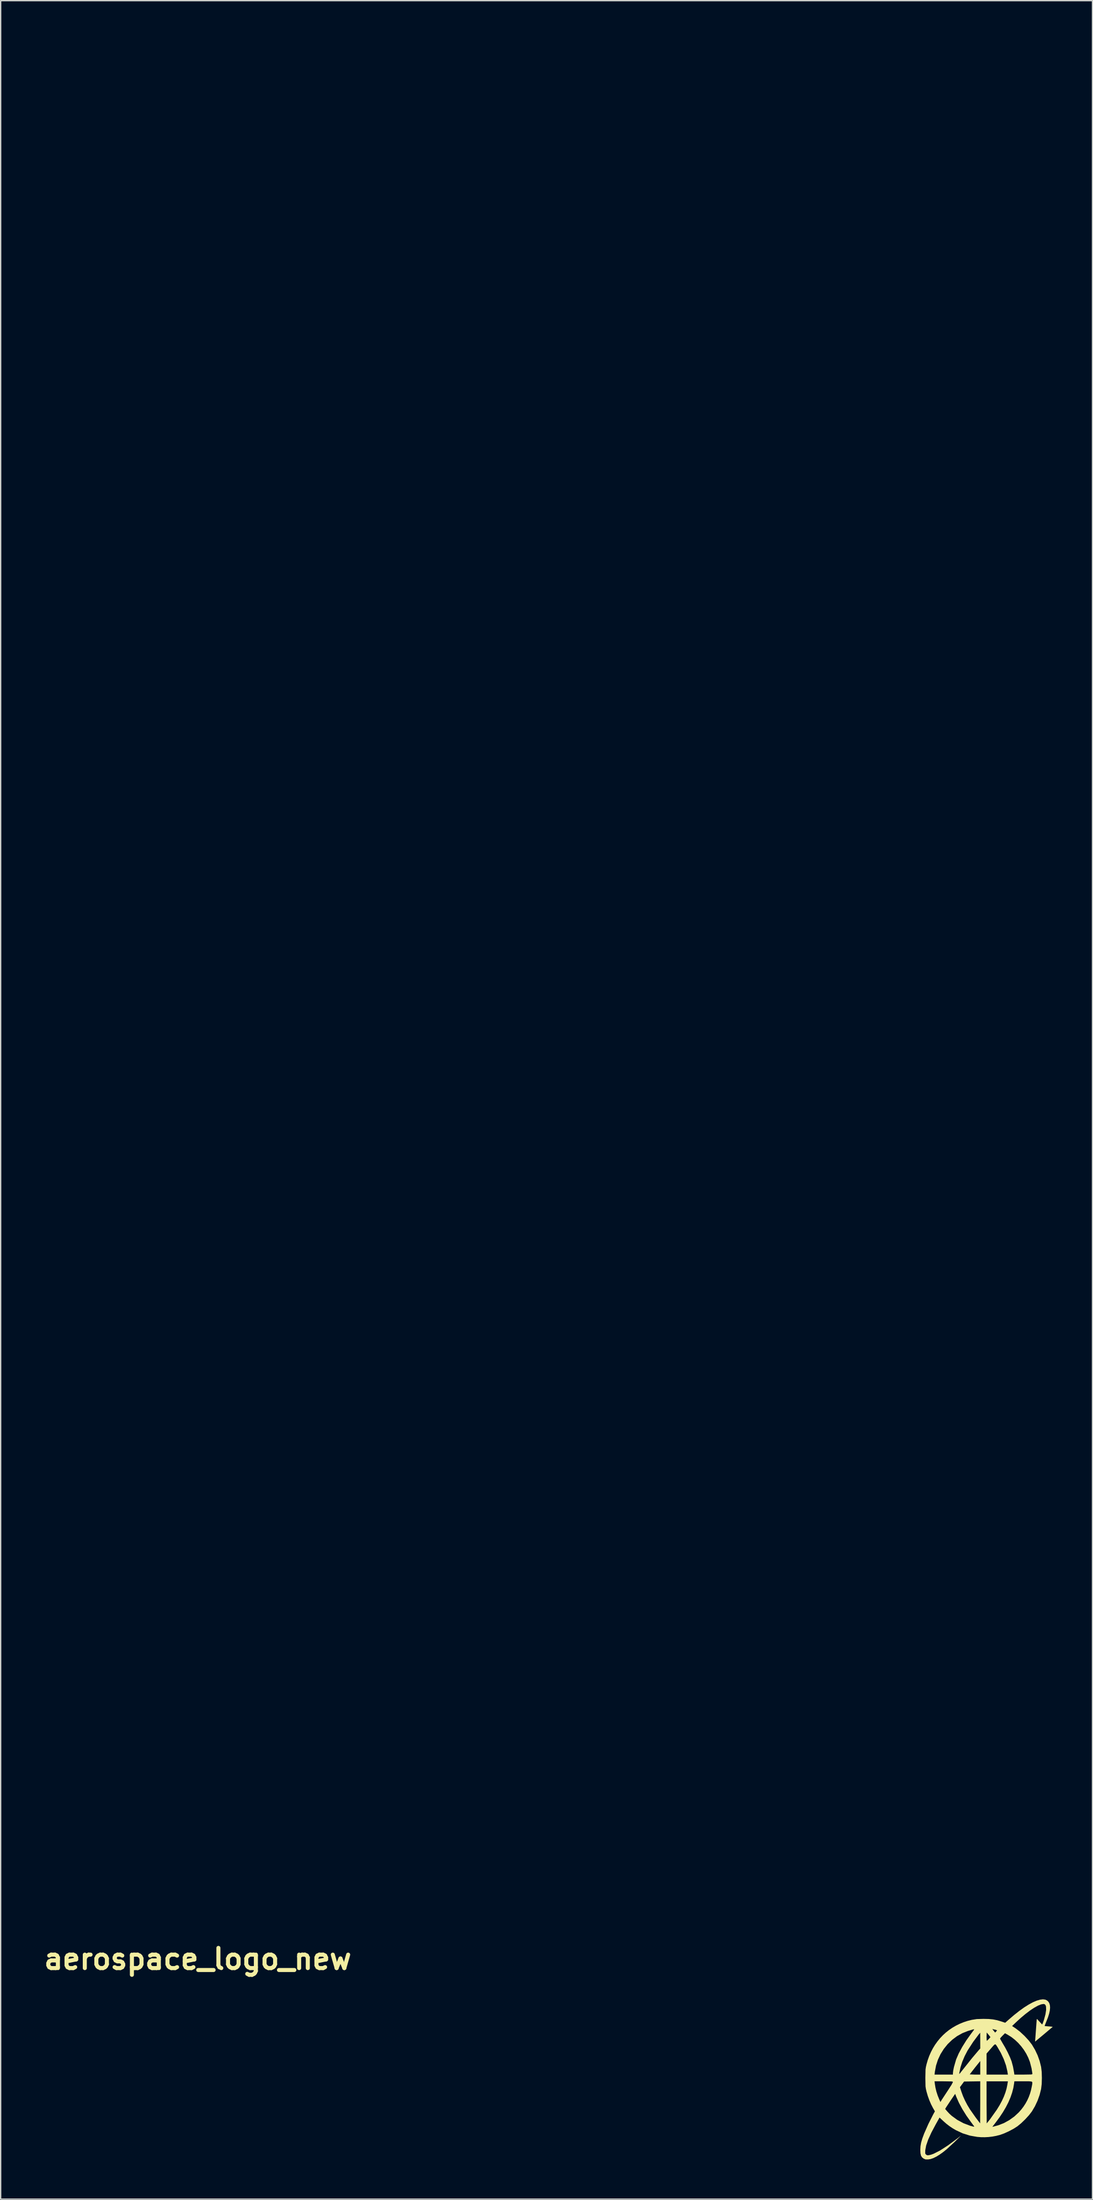
<source format=kicad_pcb>
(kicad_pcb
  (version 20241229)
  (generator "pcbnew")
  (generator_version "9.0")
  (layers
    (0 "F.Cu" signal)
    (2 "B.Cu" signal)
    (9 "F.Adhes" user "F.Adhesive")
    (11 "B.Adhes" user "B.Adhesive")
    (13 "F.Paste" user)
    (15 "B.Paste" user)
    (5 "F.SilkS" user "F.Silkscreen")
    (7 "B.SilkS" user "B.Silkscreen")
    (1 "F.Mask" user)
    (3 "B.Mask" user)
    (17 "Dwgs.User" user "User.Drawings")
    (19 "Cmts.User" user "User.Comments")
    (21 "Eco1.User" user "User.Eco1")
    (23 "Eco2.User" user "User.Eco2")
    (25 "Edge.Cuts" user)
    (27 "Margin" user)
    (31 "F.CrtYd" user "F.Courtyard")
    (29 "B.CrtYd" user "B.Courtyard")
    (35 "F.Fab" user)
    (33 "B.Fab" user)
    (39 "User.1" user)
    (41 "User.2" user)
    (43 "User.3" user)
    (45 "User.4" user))
  (footprint "aerospace_logo_new"
    (layer "F.Cu")
    (at 11.88 0.25)
    (property "Reference" "aerospace_logo_new" (at 0 144.593 0) (layer "F.SilkS") (effects (font (size 1.524 1.524) (thickness 0.305))))
    (attr exclude_from_pos_files exclude_from_bom)
    (fp_poly (pts (xy 63.813 147.641) (xy 63.591 147.668) (xy 63.334 147.744) (xy 63.047 147.868) (xy 62.73 148.041) (xy 62.387 148.259) (xy 62.02 148.523) (xy 61.631 148.831) (xy 61.222 149.181) (xy 60.965 149.41) (xy 60.693 149.319) (xy 60.364 149.22) (xy 60.054 149.158) (xy 59.72 149.125) (xy 59.32 149.116) (xy 58.82 149.131) (xy 58.448 149.189) (xy 58.132 149.268) (xy 57.828 149.368) (xy 57.535 149.487) (xy 57.254 149.625) (xy 56.985 149.781) (xy 56.729 149.955) (xy 56.487 150.146) (xy 56.26 150.354) (xy 56.047 150.578) (xy 55.85 150.818) (xy 55.668 151.072) (xy 55.504 151.34) (xy 55.357 151.623) (xy 55.228 151.918) (xy 55.117 152.225) (xy 55.025 152.545) (xy 54.977 152.754) (xy 54.95 152.943) (xy 54.937 153.576) (xy 54.949 154.21) (xy 54.976 154.399) (xy 55.025 154.608) (xy 55.12 154.935) (xy 55.238 155.262) (xy 55.371 155.571) (xy 55.513 155.845) (xy 55.658 156.096) (xy 55.525 156.337) (xy 55.164 157.052) (xy 54.846 157.773) (xy 54.706 158.151) (xy 54.617 158.458) (xy 54.57 158.731) (xy 54.556 159.008) (xy 54.567 159.262) (xy 54.608 159.443) (xy 54.687 159.572) (xy 54.812 159.669) (xy 54.953 159.726) (xy 55.153 159.728) (xy 55.336 159.698) (xy 55.54 159.627) (xy 55.763 159.518) (xy 56.005 159.37) (xy 56.266 159.185) (xy 56.543 158.963) (xy 57.144 158.41) (xy 57.636 157.923) (xy 57.334 158.158) (xy 56.646 158.667) (xy 56.056 159.048) (xy 55.57 159.296) (xy 55.369 159.37) (xy 55.196 159.409) (xy 55.068 159.412) (xy 54.983 159.357) (xy 54.945 159.312) (xy 54.926 159.259) (xy 54.929 159.044) (xy 54.995 158.682) (xy 55.149 158.236) (xy 55.39 157.703) (xy 55.721 157.08) (xy 56.009 156.566) (xy 56.075 156.627) (xy 56.075 155.392) (xy 55.988 155.2) (xy 55.869 154.907) (xy 55.773 154.614) (xy 55.702 154.322) (xy 55.655 154.032) (xy 55.63 153.831) (xy 55.63 153.83) (xy 56.324 153.83) (xy 56.921 153.839) (xy 57.003 153.858) (xy 57.017 153.893) (xy 57.017 153.322) (xy 56.323 153.322) (xy 55.63 153.322) (xy 55.656 153.105) (xy 55.742 152.645) (xy 55.886 152.201) (xy 56.084 151.778) (xy 56.332 151.383) (xy 56.624 151.021) (xy 56.958 150.699) (xy 57.328 150.422) (xy 57.731 150.196) (xy 58.144 150.032) (xy 58.552 149.909) (xy 58.611 149.9) (xy 58.611 149.899) (xy 58.619 149.916) (xy 58.589 149.969) (xy 58.386 150.241) (xy 58.03 150.739) (xy 57.715 151.245) (xy 57.453 151.733) (xy 57.26 152.18) (xy 57.096 152.749) (xy 57.039 153.027) (xy 57.017 153.224) (xy 57.017 153.322) (xy 57.017 153.893) (xy 57.017 153.893) (xy 56.911 154.094) (xy 56.658 154.489) (xy 56.187 155.207) (xy 56.075 155.392) (xy 56.075 156.627) (xy 56.299 156.837) (xy 56.521 157.033) (xy 56.754 157.212) (xy 56.994 157.375) (xy 57.243 157.52) (xy 57.76 157.76) (xy 58.3 157.929) (xy 58.585 157.98) (xy 58.585 157.256) (xy 58.319 157.185) (xy 57.817 156.995) (xy 57.349 156.743) (xy 56.933 156.441) (xy 56.751 156.275) (xy 56.588 156.1) (xy 56.433 155.919) (xy 56.505 155.793) (xy 56.882 155.223) (xy 57.187 154.778) (xy 57.187 154.778) (xy 57.277 155.011) (xy 57.473 155.454) (xy 57.503 155.51) (xy 57.503 153.271) (xy 57.496 153.257) (xy 57.508 153.163) (xy 57.592 152.769) (xy 57.725 152.353) (xy 57.904 151.929) (xy 58.124 151.508) (xy 58.546 150.855) (xy 58.968 150.289) (xy 59.079 150.162) (xy 59.079 150.162) (xy 59.08 150.758) (xy 59.081 151.354) (xy 58.96 151.489) (xy 58.469 152.07) (xy 57.876 152.814) (xy 57.525 153.256) (xy 57.503 153.271) (xy 57.503 155.51) (xy 57.733 155.936) (xy 58.042 156.43) (xy 58.386 156.912) (xy 58.616 157.222) (xy 58.623 157.251) (xy 58.585 157.256) (xy 58.585 157.98) (xy 58.856 158.027) (xy 59.073 158.044) (xy 59.073 157.006) (xy 58.739 156.567) (xy 58.301 155.943) (xy 58.106 155.619) (xy 57.931 155.284) (xy 57.782 154.953) (xy 57.665 154.635) (xy 57.549 154.275) (xy 57.705 154.061) (xy 57.861 153.847) (xy 58.471 153.838) (xy 59.081 153.829) (xy 59.081 153.323) (xy 58.684 153.323) (xy 58.287 153.306) (xy 58.684 152.794) (xy 59.081 152.299) (xy 59.081 152.299) (xy 59.081 152.811) (xy 59.081 153.323) (xy 59.081 153.829) (xy 59.081 153.829) (xy 59.081 153.829) (xy 59.081 155.418) (xy 59.073 157.006) (xy 59.073 158.044) (xy 59.139 158.049) (xy 59.424 158.052) (xy 59.57 158.044) (xy 59.57 157.007) (xy 59.558 155.419) (xy 59.558 153.831) (xy 59.558 153.831) (xy 60.364 153.831) (xy 61.169 153.831) (xy 61.169 153.323) (xy 60.363 153.323) (xy 59.558 153.323) (xy 59.558 152.529) (xy 59.558 151.735) (xy 59.582 151.708) (xy 59.582 150.778) (xy 59.565 150.687) (xy 59.558 150.463) (xy 59.57 150.146) (xy 59.57 150.146) (xy 59.57 150.146) (xy 59.717 150.32) (xy 59.852 150.495) (xy 59.729 150.635) (xy 59.582 150.778) (xy 59.582 151.708) (xy 59.841 151.408) (xy 60.088 151.124) (xy 60.16 151.059) (xy 60.201 151.043) (xy 60.201 150.149) (xy 60.095 150.015) (xy 59.989 149.881) (xy 59.989 149.881) (xy 60.079 149.903) (xy 60.26 149.944) (xy 60.352 149.985) (xy 60.277 150.078) (xy 60.201 150.149) (xy 60.201 151.043) (xy 60.212 151.039) (xy 60.212 151.039) (xy 60.247 151.053) (xy 60.282 151.091) (xy 60.373 151.231) (xy 60.636 151.685) (xy 60.858 152.161) (xy 61.026 152.631) (xy 61.127 153.064) (xy 61.169 153.323) (xy 61.169 153.831) (xy 61.169 153.831) (xy 61.13 154.077) (xy 61.069 154.376) (xy 60.981 154.678) (xy 60.865 154.986) (xy 60.719 155.303) (xy 60.543 155.63) (xy 60.335 155.969) (xy 59.82 156.697) (xy 59.57 157.007) (xy 59.57 158.044) (xy 59.709 158.037) (xy 59.995 158.003) (xy 59.995 157.267) (xy 60.249 156.938) (xy 60.54 156.544) (xy 60.796 156.159) (xy 61.018 155.782) (xy 61.207 155.412) (xy 61.363 155.048) (xy 61.487 154.689) (xy 61.579 154.334) (xy 61.639 153.981) (xy 61.658 153.83) (xy 62.339 153.83) (xy 62.339 153.323) (xy 61.658 153.323) (xy 61.637 153.172) (xy 61.556 152.727) (xy 61.445 152.314) (xy 61.327 152.014) (xy 61.155 151.645) (xy 60.957 151.269) (xy 60.766 150.946) (xy 60.574 150.612) (xy 60.629 150.53) (xy 60.762 150.387) (xy 60.95 150.201) (xy 60.95 150.201) (xy 61.159 150.317) (xy 61.435 150.491) (xy 61.697 150.695) (xy 61.943 150.926) (xy 62.169 151.18) (xy 62.374 151.453) (xy 62.554 151.744) (xy 62.706 152.048) (xy 62.829 152.362) (xy 62.956 152.853) (xy 63.02 153.263) (xy 63.004 153.296) (xy 62.921 153.314) (xy 62.339 153.323) (xy 62.339 153.83) (xy 62.339 153.83) (xy 62.781 153.83) (xy 62.781 153.83) (xy 62.78 153.83) (xy 62.948 153.848) (xy 62.991 153.871) (xy 63.013 153.907) (xy 63.009 154.027) (xy 62.971 154.231) (xy 62.913 154.503) (xy 62.837 154.768) (xy 62.742 155.025) (xy 62.628 155.273) (xy 62.496 155.512) (xy 62.346 155.742) (xy 62.178 155.962) (xy 61.993 156.173) (xy 61.655 156.486) (xy 61.276 156.759) (xy 60.873 156.982) (xy 60.463 157.143) (xy 60.102 157.244) (xy 59.995 157.267) (xy 59.995 158.003) (xy 59.996 158.003) (xy 60.282 157.95) (xy 60.567 157.878) (xy 60.882 157.765) (xy 61.238 157.604) (xy 61.588 157.418) (xy 61.885 157.229) (xy 62.17 156.996) (xy 62.478 156.699) (xy 62.765 156.385) (xy 62.983 156.101) (xy 63.212 155.713) (xy 63.408 155.294) (xy 63.565 154.855) (xy 63.677 154.41) (xy 63.721 154.041) (xy 63.735 153.576) (xy 63.721 153.111) (xy 63.677 152.741) (xy 63.566 152.297) (xy 63.413 151.869) (xy 63.219 151.457) (xy 62.984 151.061) (xy 62.74 150.744) (xy 62.424 150.403) (xy 62.083 150.086) (xy 61.768 149.844) (xy 61.486 149.656) (xy 61.77 149.384) (xy 62.142 149.043) (xy 62.503 148.741) (xy 62.845 148.482) (xy 63.16 148.273) (xy 63.439 148.118) (xy 63.673 148.023) (xy 63.854 147.992) (xy 63.921 148.003) (xy 63.972 148.032) (xy 64.017 148.094) (xy 64.046 148.182) (xy 64.057 148.433) (xy 64.004 148.775) (xy 63.89 149.197) (xy 63.805 149.44) (xy 63.756 149.542) (xy 63.543 149.315) (xy 63.393 149.15) (xy 63.359 149.131) (xy 63.346 149.148) (xy 63.222 150.834) (xy 63.891 150.278) (xy 64.556 149.716) (xy 64.399 149.696) (xy 64.092 149.672) (xy 63.986 149.663) (xy 63.941 149.646) (xy 64.085 149.282) (xy 64.199 148.991) (xy 64.281 148.727) (xy 64.333 148.492) (xy 64.354 148.284) (xy 64.344 148.104) (xy 64.303 147.951) (xy 64.231 147.826) (xy 64.128 147.728) (xy 63.987 147.662) (xy 63.813 147.641) (xy 63.813 147.641)) (stroke (width 0) (type solid)) (fill yes) (layer "F.SilkS")))
  (gr_rect
    (start -3 -3)
    (end 79.435 162.978)
    (stroke (width 0.1) (type default))
    (fill no)
    (layer "Edge.Cuts")))
</source>
